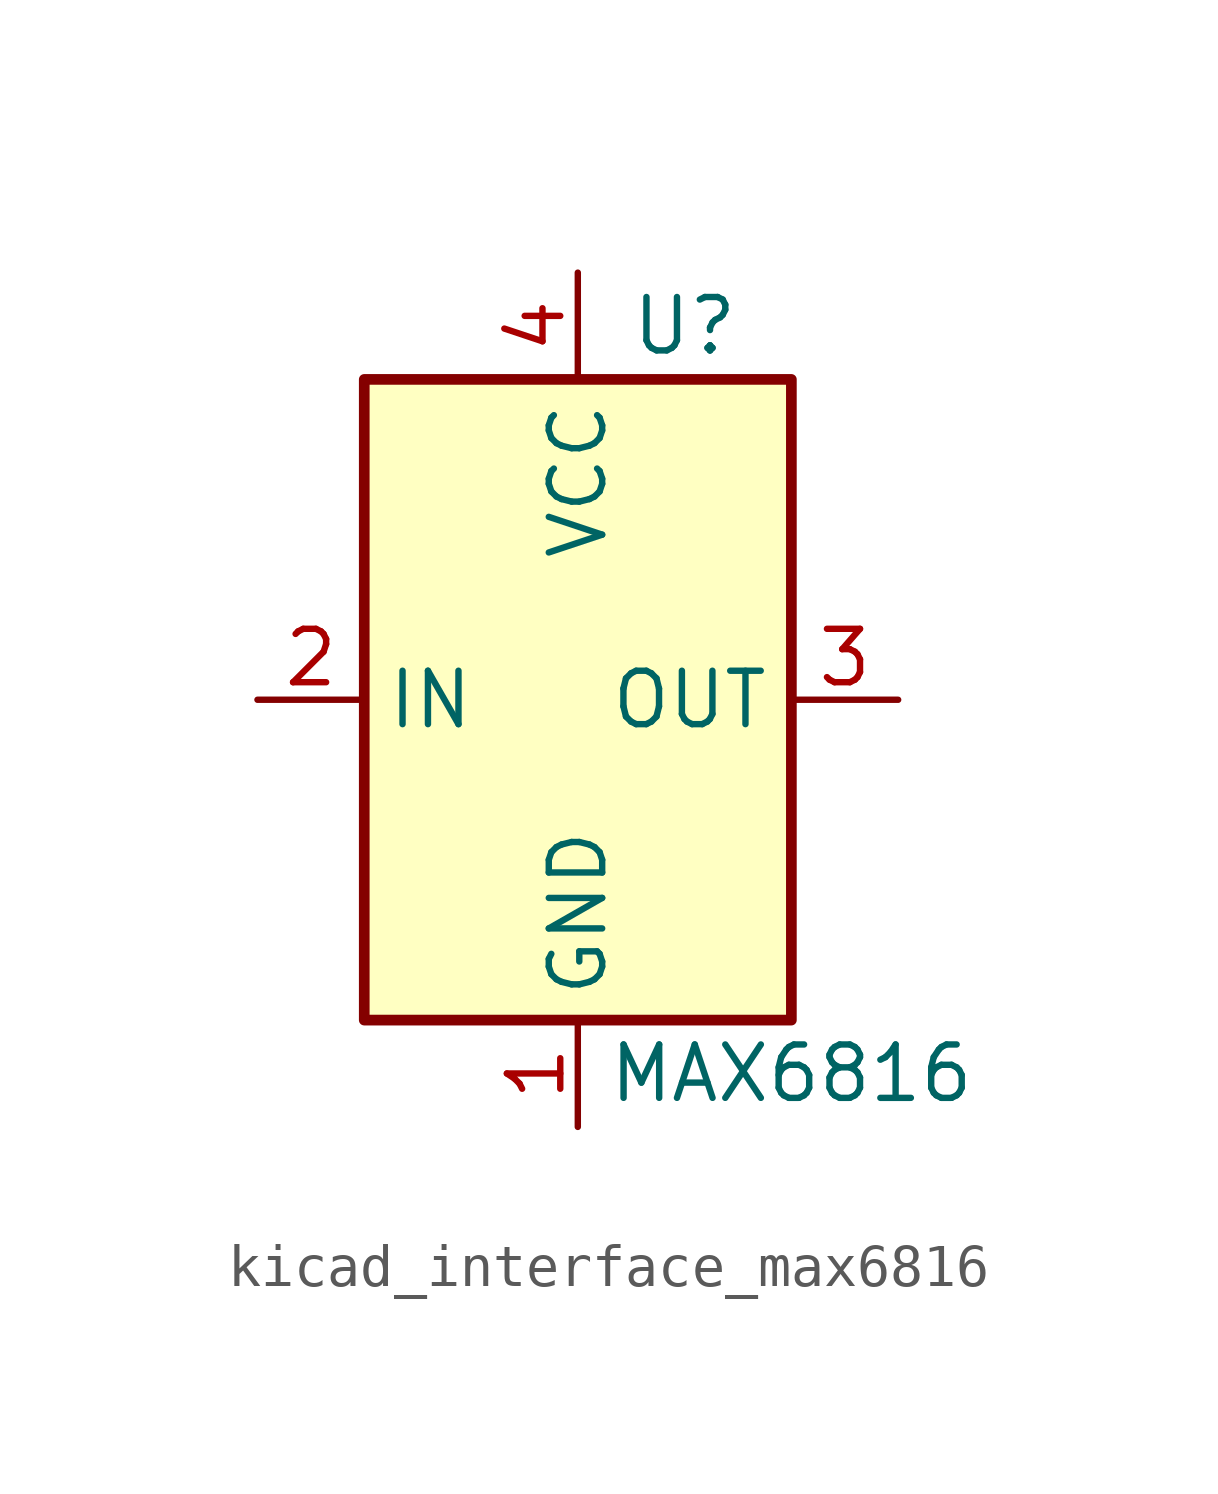
<source format=kicad_sym>
(kicad_symbol_lib
  (version 20220914)
  (generator kicad_symbol_editor)
  (symbol "kicad_interface_max6816"
    (property "Reference" "U"
      (at 2.54 8.89 0)
      (effects (font (size 1.27 1.27))))
    (property "Value" "MAX6816"
      (at 5.08 -8.89 0)
      (effects (font (size 1.27 1.27))))
    (symbol "kicad_interface_max6816_0_1"
      (rectangle (start -5.08 7.62) (end 5.08 -7.62) (stroke (width 0.254) (type default)) (fill (type background))))
    (symbol "kicad_interface_max6816_1_1"
      (pin power_in line (at 0 -10.16 90) (length 2.54) (name "GND" (effects (font (size 1.27 1.27)))) (number "1" (effects (font (size 1.27 1.27)))))
      (pin input line (at -7.62 0 0) (length 2.54) (name "IN" (effects (font (size 1.27 1.27)))) (number "2" (effects (font (size 1.27 1.27)))))
      (pin output line (at 7.62 0 180) (length 2.54) (name "OUT" (effects (font (size 1.27 1.27)))) (number "3" (effects (font (size 1.27 1.27)))))
      (pin power_in line (at 0 10.16 270) (length 2.54) (name "VCC" (effects (font (size 1.27 1.27)))) (number "4" (effects (font (size 1.27 1.27))))))))
</source>
